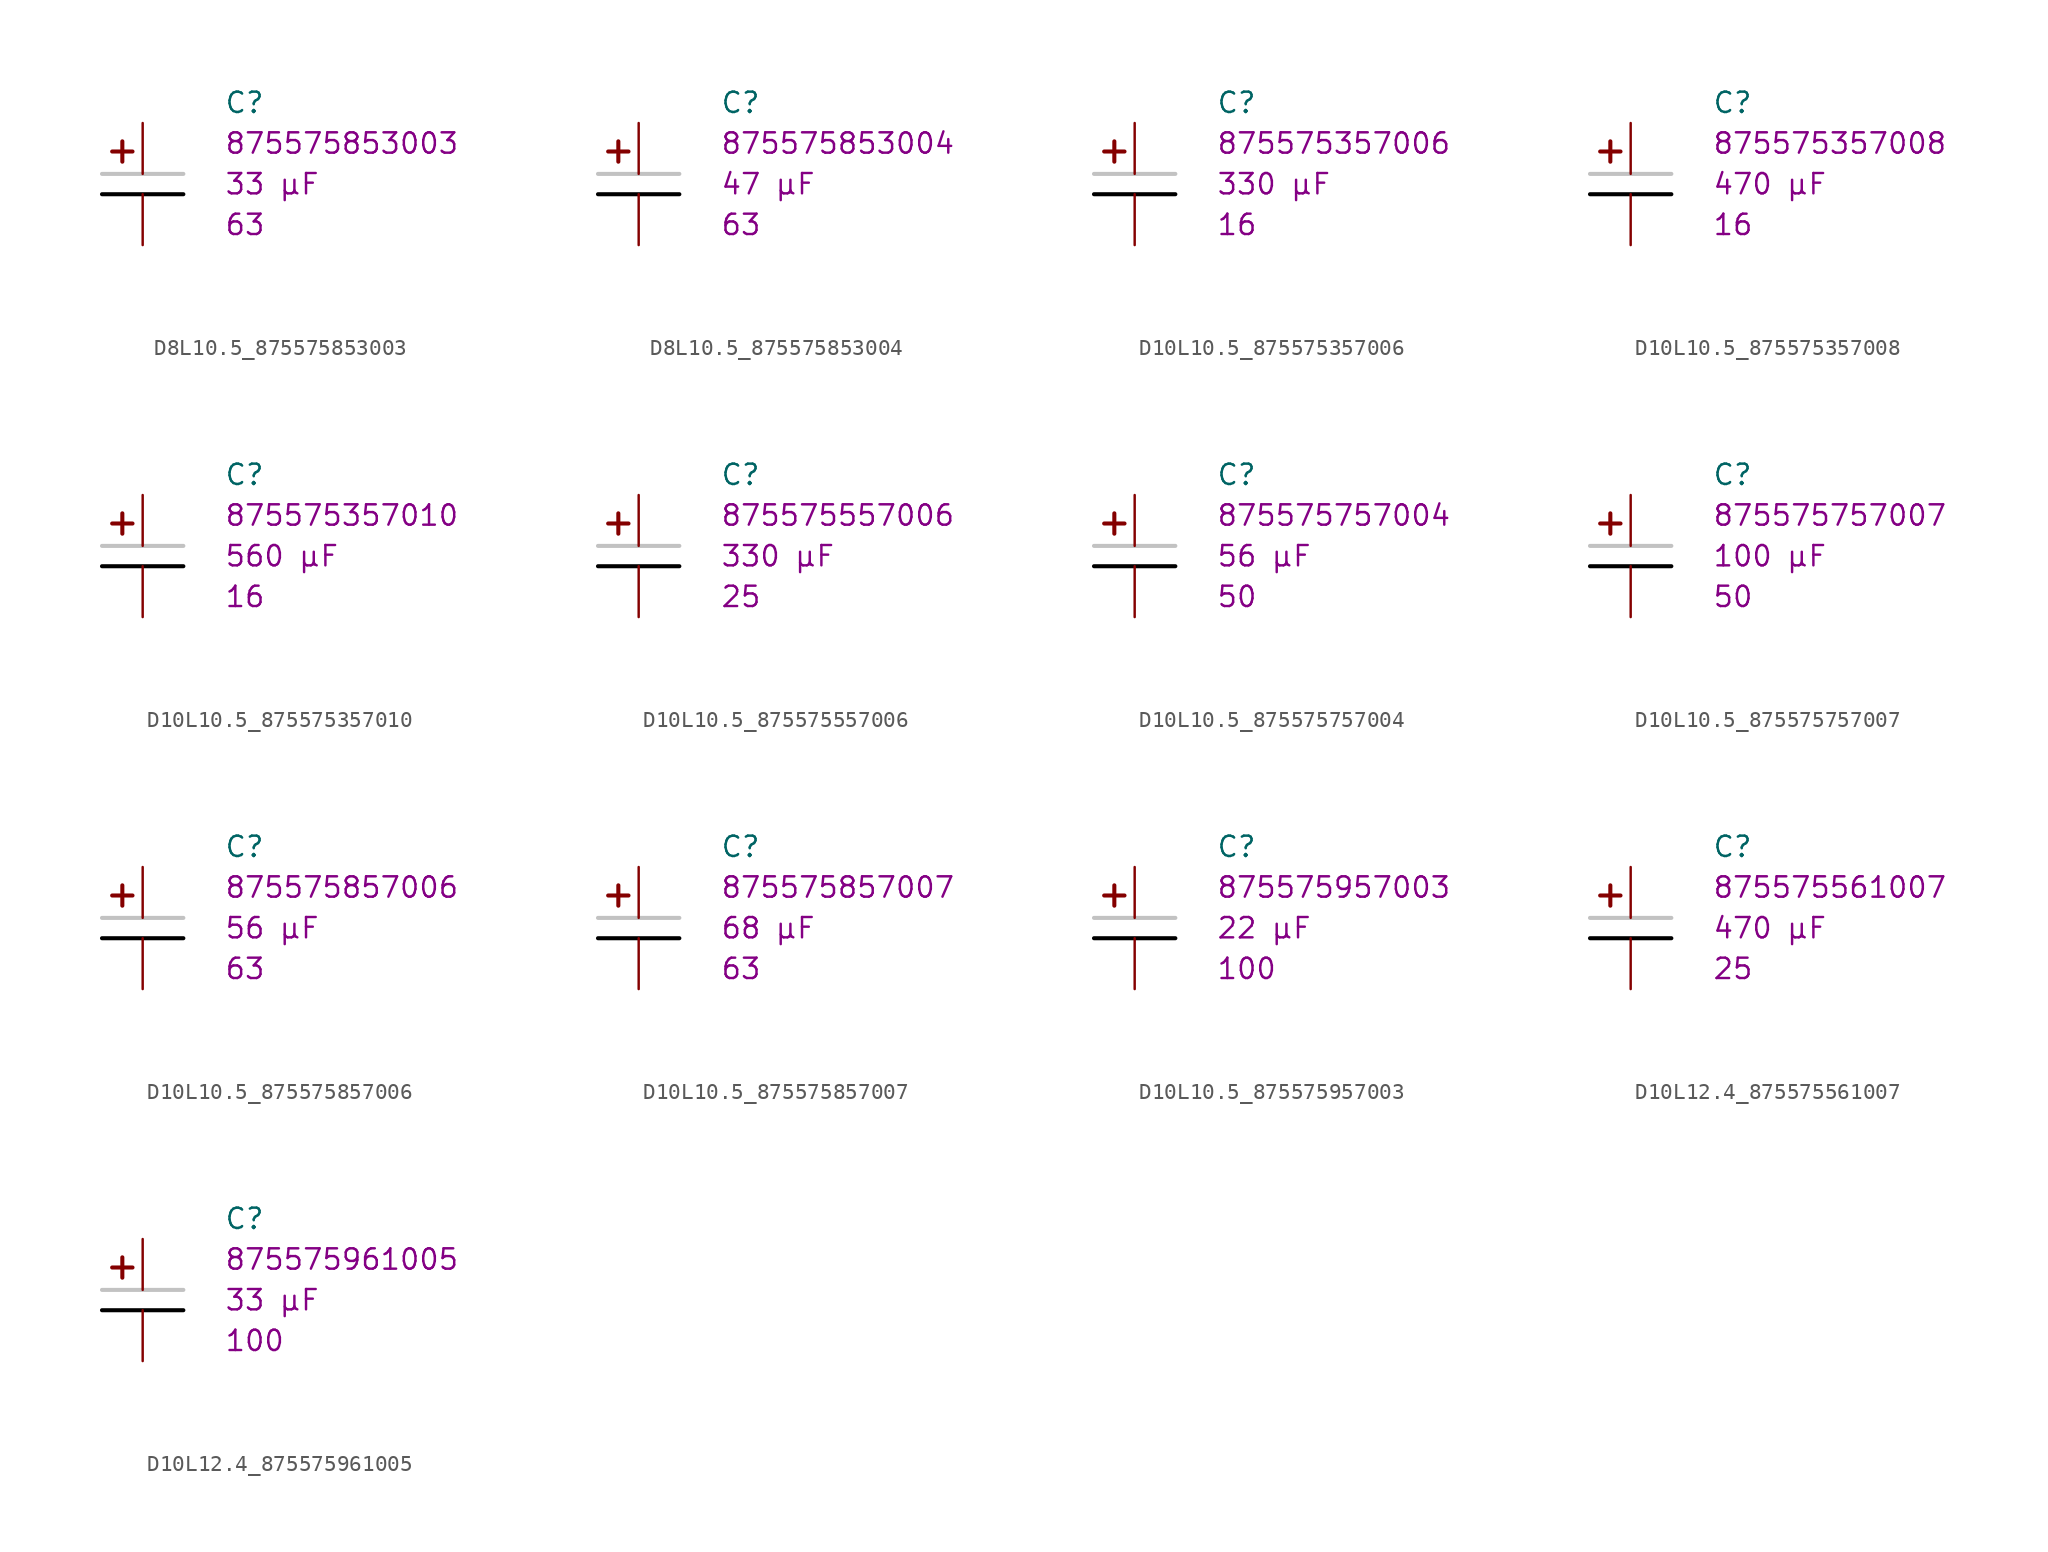
<source format=kicad_sym>
(kicad_symbol_lib
  (version 20220914)
  (generator kicad_symbol_editor)
  (symbol "D8L10.5_875575853003"
    (pin_numbers hide)
    (pin_names hide)
    (property "Reference" "C"
      (at 5.08 5.08 0)
      (effects (font (size 1.27 1.27)) (justify left)))
    (property "Part Number" "875575853003"
      (at 5.08 2.54 0)
      (effects (font (size 1.27 1.27)) (justify left)))
    (property "Capacitance" "33 µF"
      (at 5.08 0 0)
      (effects (font (size 1.27 1.27)) (justify left)))
    (property "Voltage" "63"
      (at 5.08 -2.54 0)
      (effects (font (size 1.27 1.27)) (justify left)))
    (property "Critical Parameter" ""
      (at 0 -7.62 0)
      (effects (font (size 1.27 1.27))))
    (symbol "D8L10.5_875575853003_1_1"
      (polyline (pts (xy -1.27 2.667) (xy -1.27 1.397)) (stroke (width 0.254) (type default)) (fill (type none)))
      (polyline (pts (xy -0.635 2.032) (xy -1.905 2.032)) (stroke (width 0.254) (type default)) (fill (type none)))
      (polyline (pts (xy 2.54 -0.635) (xy -2.54 -0.635)) (stroke (width 0.254) (type default) (color 0 0 0 1)) (fill (type none)))
      (polyline (pts (xy 2.54 0.635) (xy -2.54 0.635)) (stroke (width 0.254) (type default) (color 194 194 194 1)) (fill (type none)))
      (pin passive line (at 0 3.81 270) (length 3.175) (name "1" (effects (font (size 1.27 1.27)))) (number "1" (effects (font (size 1.27 1.27)))))
      (pin passive line (at 0 -3.81 90) (length 3.175) (name "2" (effects (font (size 1.27 1.27)))) (number "2" (effects (font (size 1.27 1.27)))))))
  (symbol "D8L10.5_875575853004"
    (pin_numbers hide)
    (pin_names hide)
    (property "Reference" "C"
      (at 5.08 5.08 0)
      (effects (font (size 1.27 1.27)) (justify left)))
    (property "Part Number" "875575853004"
      (at 5.08 2.54 0)
      (effects (font (size 1.27 1.27)) (justify left)))
    (property "Capacitance" "47 µF"
      (at 5.08 0 0)
      (effects (font (size 1.27 1.27)) (justify left)))
    (property "Voltage" "63"
      (at 5.08 -2.54 0)
      (effects (font (size 1.27 1.27)) (justify left)))
    (property "Critical Parameter" ""
      (at 0 -7.62 0)
      (effects (font (size 1.27 1.27))))
    (symbol "D8L10.5_875575853004_1_1"
      (polyline (pts (xy -1.27 2.667) (xy -1.27 1.397)) (stroke (width 0.254) (type default)) (fill (type none)))
      (polyline (pts (xy -0.635 2.032) (xy -1.905 2.032)) (stroke (width 0.254) (type default)) (fill (type none)))
      (polyline (pts (xy 2.54 -0.635) (xy -2.54 -0.635)) (stroke (width 0.254) (type default) (color 0 0 0 1)) (fill (type none)))
      (polyline (pts (xy 2.54 0.635) (xy -2.54 0.635)) (stroke (width 0.254) (type default) (color 194 194 194 1)) (fill (type none)))
      (pin passive line (at 0 3.81 270) (length 3.175) (name "1" (effects (font (size 1.27 1.27)))) (number "1" (effects (font (size 1.27 1.27)))))
      (pin passive line (at 0 -3.81 90) (length 3.175) (name "2" (effects (font (size 1.27 1.27)))) (number "2" (effects (font (size 1.27 1.27)))))))
  (symbol "D10L10.5_875575357006"
    (pin_numbers hide)
    (pin_names hide)
    (property "Reference" "C"
      (at 5.08 5.08 0)
      (effects (font (size 1.27 1.27)) (justify left)))
    (property "Part Number" "875575357006"
      (at 5.08 2.54 0)
      (effects (font (size 1.27 1.27)) (justify left)))
    (property "Capacitance" "330 µF"
      (at 5.08 0 0)
      (effects (font (size 1.27 1.27)) (justify left)))
    (property "Voltage" "16"
      (at 5.08 -2.54 0)
      (effects (font (size 1.27 1.27)) (justify left)))
    (property "Critical Parameter" ""
      (at 0 -7.62 0)
      (effects (font (size 1.27 1.27))))
    (symbol "D10L10.5_875575357006_1_1"
      (polyline (pts (xy -1.27 2.667) (xy -1.27 1.397)) (stroke (width 0.254) (type default)) (fill (type none)))
      (polyline (pts (xy -0.635 2.032) (xy -1.905 2.032)) (stroke (width 0.254) (type default)) (fill (type none)))
      (polyline (pts (xy 2.54 -0.635) (xy -2.54 -0.635)) (stroke (width 0.254) (type default) (color 0 0 0 1)) (fill (type none)))
      (polyline (pts (xy 2.54 0.635) (xy -2.54 0.635)) (stroke (width 0.254) (type default) (color 194 194 194 1)) (fill (type none)))
      (pin passive line (at 0 3.81 270) (length 3.175) (name "1" (effects (font (size 1.27 1.27)))) (number "1" (effects (font (size 1.27 1.27)))))
      (pin passive line (at 0 -3.81 90) (length 3.175) (name "2" (effects (font (size 1.27 1.27)))) (number "2" (effects (font (size 1.27 1.27)))))))
  (symbol "D10L10.5_875575357008"
    (pin_numbers hide)
    (pin_names hide)
    (property "Reference" "C"
      (at 5.08 5.08 0)
      (effects (font (size 1.27 1.27)) (justify left)))
    (property "Part Number" "875575357008"
      (at 5.08 2.54 0)
      (effects (font (size 1.27 1.27)) (justify left)))
    (property "Capacitance" "470 µF"
      (at 5.08 0 0)
      (effects (font (size 1.27 1.27)) (justify left)))
    (property "Voltage" "16"
      (at 5.08 -2.54 0)
      (effects (font (size 1.27 1.27)) (justify left)))
    (property "Critical Parameter" ""
      (at 0 -7.62 0)
      (effects (font (size 1.27 1.27))))
    (symbol "D10L10.5_875575357008_1_1"
      (polyline (pts (xy -1.27 2.667) (xy -1.27 1.397)) (stroke (width 0.254) (type default)) (fill (type none)))
      (polyline (pts (xy -0.635 2.032) (xy -1.905 2.032)) (stroke (width 0.254) (type default)) (fill (type none)))
      (polyline (pts (xy 2.54 -0.635) (xy -2.54 -0.635)) (stroke (width 0.254) (type default) (color 0 0 0 1)) (fill (type none)))
      (polyline (pts (xy 2.54 0.635) (xy -2.54 0.635)) (stroke (width 0.254) (type default) (color 194 194 194 1)) (fill (type none)))
      (pin passive line (at 0 3.81 270) (length 3.175) (name "1" (effects (font (size 1.27 1.27)))) (number "1" (effects (font (size 1.27 1.27)))))
      (pin passive line (at 0 -3.81 90) (length 3.175) (name "2" (effects (font (size 1.27 1.27)))) (number "2" (effects (font (size 1.27 1.27)))))))
  (symbol "D10L10.5_875575357010"
    (pin_numbers hide)
    (pin_names hide)
    (property "Reference" "C"
      (at 5.08 5.08 0)
      (effects (font (size 1.27 1.27)) (justify left)))
    (property "Part Number" "875575357010"
      (at 5.08 2.54 0)
      (effects (font (size 1.27 1.27)) (justify left)))
    (property "Capacitance" "560 µF"
      (at 5.08 0 0)
      (effects (font (size 1.27 1.27)) (justify left)))
    (property "Voltage" "16"
      (at 5.08 -2.54 0)
      (effects (font (size 1.27 1.27)) (justify left)))
    (property "Critical Parameter" ""
      (at 0 -7.62 0)
      (effects (font (size 1.27 1.27))))
    (symbol "D10L10.5_875575357010_1_1"
      (polyline (pts (xy -1.27 2.667) (xy -1.27 1.397)) (stroke (width 0.254) (type default)) (fill (type none)))
      (polyline (pts (xy -0.635 2.032) (xy -1.905 2.032)) (stroke (width 0.254) (type default)) (fill (type none)))
      (polyline (pts (xy 2.54 -0.635) (xy -2.54 -0.635)) (stroke (width 0.254) (type default) (color 0 0 0 1)) (fill (type none)))
      (polyline (pts (xy 2.54 0.635) (xy -2.54 0.635)) (stroke (width 0.254) (type default) (color 194 194 194 1)) (fill (type none)))
      (pin passive line (at 0 3.81 270) (length 3.175) (name "1" (effects (font (size 1.27 1.27)))) (number "1" (effects (font (size 1.27 1.27)))))
      (pin passive line (at 0 -3.81 90) (length 3.175) (name "2" (effects (font (size 1.27 1.27)))) (number "2" (effects (font (size 1.27 1.27)))))))
  (symbol "D10L10.5_875575557006"
    (pin_numbers hide)
    (pin_names hide)
    (property "Reference" "C"
      (at 5.08 5.08 0)
      (effects (font (size 1.27 1.27)) (justify left)))
    (property "Part Number" "875575557006"
      (at 5.08 2.54 0)
      (effects (font (size 1.27 1.27)) (justify left)))
    (property "Capacitance" "330 µF"
      (at 5.08 0 0)
      (effects (font (size 1.27 1.27)) (justify left)))
    (property "Voltage" "25"
      (at 5.08 -2.54 0)
      (effects (font (size 1.27 1.27)) (justify left)))
    (property "Critical Parameter" ""
      (at 0 -7.62 0)
      (effects (font (size 1.27 1.27))))
    (symbol "D10L10.5_875575557006_1_1"
      (polyline (pts (xy -1.27 2.667) (xy -1.27 1.397)) (stroke (width 0.254) (type default)) (fill (type none)))
      (polyline (pts (xy -0.635 2.032) (xy -1.905 2.032)) (stroke (width 0.254) (type default)) (fill (type none)))
      (polyline (pts (xy 2.54 -0.635) (xy -2.54 -0.635)) (stroke (width 0.254) (type default) (color 0 0 0 1)) (fill (type none)))
      (polyline (pts (xy 2.54 0.635) (xy -2.54 0.635)) (stroke (width 0.254) (type default) (color 194 194 194 1)) (fill (type none)))
      (pin passive line (at 0 3.81 270) (length 3.175) (name "1" (effects (font (size 1.27 1.27)))) (number "1" (effects (font (size 1.27 1.27)))))
      (pin passive line (at 0 -3.81 90) (length 3.175) (name "2" (effects (font (size 1.27 1.27)))) (number "2" (effects (font (size 1.27 1.27)))))))
  (symbol "D10L10.5_875575757004"
    (pin_numbers hide)
    (pin_names hide)
    (property "Reference" "C"
      (at 5.08 5.08 0)
      (effects (font (size 1.27 1.27)) (justify left)))
    (property "Part Number" "875575757004"
      (at 5.08 2.54 0)
      (effects (font (size 1.27 1.27)) (justify left)))
    (property "Capacitance" "56 µF"
      (at 5.08 0 0)
      (effects (font (size 1.27 1.27)) (justify left)))
    (property "Voltage" "50"
      (at 5.08 -2.54 0)
      (effects (font (size 1.27 1.27)) (justify left)))
    (property "Critical Parameter" ""
      (at 0 -7.62 0)
      (effects (font (size 1.27 1.27))))
    (symbol "D10L10.5_875575757004_1_1"
      (polyline (pts (xy -1.27 2.667) (xy -1.27 1.397)) (stroke (width 0.254) (type default)) (fill (type none)))
      (polyline (pts (xy -0.635 2.032) (xy -1.905 2.032)) (stroke (width 0.254) (type default)) (fill (type none)))
      (polyline (pts (xy 2.54 -0.635) (xy -2.54 -0.635)) (stroke (width 0.254) (type default) (color 0 0 0 1)) (fill (type none)))
      (polyline (pts (xy 2.54 0.635) (xy -2.54 0.635)) (stroke (width 0.254) (type default) (color 194 194 194 1)) (fill (type none)))
      (pin passive line (at 0 3.81 270) (length 3.175) (name "1" (effects (font (size 1.27 1.27)))) (number "1" (effects (font (size 1.27 1.27)))))
      (pin passive line (at 0 -3.81 90) (length 3.175) (name "2" (effects (font (size 1.27 1.27)))) (number "2" (effects (font (size 1.27 1.27)))))))
  (symbol "D10L10.5_875575757007"
    (pin_numbers hide)
    (pin_names hide)
    (property "Reference" "C"
      (at 5.08 5.08 0)
      (effects (font (size 1.27 1.27)) (justify left)))
    (property "Part Number" "875575757007"
      (at 5.08 2.54 0)
      (effects (font (size 1.27 1.27)) (justify left)))
    (property "Capacitance" "100 µF"
      (at 5.08 0 0)
      (effects (font (size 1.27 1.27)) (justify left)))
    (property "Voltage" "50"
      (at 5.08 -2.54 0)
      (effects (font (size 1.27 1.27)) (justify left)))
    (property "Critical Parameter" ""
      (at 0 -7.62 0)
      (effects (font (size 1.27 1.27))))
    (symbol "D10L10.5_875575757007_1_1"
      (polyline (pts (xy -1.27 2.667) (xy -1.27 1.397)) (stroke (width 0.254) (type default)) (fill (type none)))
      (polyline (pts (xy -0.635 2.032) (xy -1.905 2.032)) (stroke (width 0.254) (type default)) (fill (type none)))
      (polyline (pts (xy 2.54 -0.635) (xy -2.54 -0.635)) (stroke (width 0.254) (type default) (color 0 0 0 1)) (fill (type none)))
      (polyline (pts (xy 2.54 0.635) (xy -2.54 0.635)) (stroke (width 0.254) (type default) (color 194 194 194 1)) (fill (type none)))
      (pin passive line (at 0 3.81 270) (length 3.175) (name "1" (effects (font (size 1.27 1.27)))) (number "1" (effects (font (size 1.27 1.27)))))
      (pin passive line (at 0 -3.81 90) (length 3.175) (name "2" (effects (font (size 1.27 1.27)))) (number "2" (effects (font (size 1.27 1.27)))))))
  (symbol "D10L10.5_875575857006"
    (pin_numbers hide)
    (pin_names hide)
    (property "Reference" "C"
      (at 5.08 5.08 0)
      (effects (font (size 1.27 1.27)) (justify left)))
    (property "Part Number" "875575857006"
      (at 5.08 2.54 0)
      (effects (font (size 1.27 1.27)) (justify left)))
    (property "Capacitance" "56 µF"
      (at 5.08 0 0)
      (effects (font (size 1.27 1.27)) (justify left)))
    (property "Voltage" "63"
      (at 5.08 -2.54 0)
      (effects (font (size 1.27 1.27)) (justify left)))
    (property "Critical Parameter" ""
      (at 0 -7.62 0)
      (effects (font (size 1.27 1.27))))
    (symbol "D10L10.5_875575857006_1_1"
      (polyline (pts (xy -1.27 2.667) (xy -1.27 1.397)) (stroke (width 0.254) (type default)) (fill (type none)))
      (polyline (pts (xy -0.635 2.032) (xy -1.905 2.032)) (stroke (width 0.254) (type default)) (fill (type none)))
      (polyline (pts (xy 2.54 -0.635) (xy -2.54 -0.635)) (stroke (width 0.254) (type default) (color 0 0 0 1)) (fill (type none)))
      (polyline (pts (xy 2.54 0.635) (xy -2.54 0.635)) (stroke (width 0.254) (type default) (color 194 194 194 1)) (fill (type none)))
      (pin passive line (at 0 3.81 270) (length 3.175) (name "1" (effects (font (size 1.27 1.27)))) (number "1" (effects (font (size 1.27 1.27)))))
      (pin passive line (at 0 -3.81 90) (length 3.175) (name "2" (effects (font (size 1.27 1.27)))) (number "2" (effects (font (size 1.27 1.27)))))))
  (symbol "D10L10.5_875575857007"
    (pin_numbers hide)
    (pin_names hide)
    (property "Reference" "C"
      (at 5.08 5.08 0)
      (effects (font (size 1.27 1.27)) (justify left)))
    (property "Part Number" "875575857007"
      (at 5.08 2.54 0)
      (effects (font (size 1.27 1.27)) (justify left)))
    (property "Capacitance" "68 µF"
      (at 5.08 0 0)
      (effects (font (size 1.27 1.27)) (justify left)))
    (property "Voltage" "63"
      (at 5.08 -2.54 0)
      (effects (font (size 1.27 1.27)) (justify left)))
    (property "Critical Parameter" ""
      (at 0 -7.62 0)
      (effects (font (size 1.27 1.27))))
    (symbol "D10L10.5_875575857007_1_1"
      (polyline (pts (xy -1.27 2.667) (xy -1.27 1.397)) (stroke (width 0.254) (type default)) (fill (type none)))
      (polyline (pts (xy -0.635 2.032) (xy -1.905 2.032)) (stroke (width 0.254) (type default)) (fill (type none)))
      (polyline (pts (xy 2.54 -0.635) (xy -2.54 -0.635)) (stroke (width 0.254) (type default) (color 0 0 0 1)) (fill (type none)))
      (polyline (pts (xy 2.54 0.635) (xy -2.54 0.635)) (stroke (width 0.254) (type default) (color 194 194 194 1)) (fill (type none)))
      (pin passive line (at 0 3.81 270) (length 3.175) (name "1" (effects (font (size 1.27 1.27)))) (number "1" (effects (font (size 1.27 1.27)))))
      (pin passive line (at 0 -3.81 90) (length 3.175) (name "2" (effects (font (size 1.27 1.27)))) (number "2" (effects (font (size 1.27 1.27)))))))
  (symbol "D10L10.5_875575957003"
    (pin_numbers hide)
    (pin_names hide)
    (property "Reference" "C"
      (at 5.08 5.08 0)
      (effects (font (size 1.27 1.27)) (justify left)))
    (property "Part Number" "875575957003"
      (at 5.08 2.54 0)
      (effects (font (size 1.27 1.27)) (justify left)))
    (property "Capacitance" "22 µF"
      (at 5.08 0 0)
      (effects (font (size 1.27 1.27)) (justify left)))
    (property "Voltage" "100"
      (at 5.08 -2.54 0)
      (effects (font (size 1.27 1.27)) (justify left)))
    (property "Critical Parameter" ""
      (at 0 -7.62 0)
      (effects (font (size 1.27 1.27))))
    (symbol "D10L10.5_875575957003_1_1"
      (polyline (pts (xy -1.27 2.667) (xy -1.27 1.397)) (stroke (width 0.254) (type default)) (fill (type none)))
      (polyline (pts (xy -0.635 2.032) (xy -1.905 2.032)) (stroke (width 0.254) (type default)) (fill (type none)))
      (polyline (pts (xy 2.54 -0.635) (xy -2.54 -0.635)) (stroke (width 0.254) (type default) (color 0 0 0 1)) (fill (type none)))
      (polyline (pts (xy 2.54 0.635) (xy -2.54 0.635)) (stroke (width 0.254) (type default) (color 194 194 194 1)) (fill (type none)))
      (pin passive line (at 0 3.81 270) (length 3.175) (name "1" (effects (font (size 1.27 1.27)))) (number "1" (effects (font (size 1.27 1.27)))))
      (pin passive line (at 0 -3.81 90) (length 3.175) (name "2" (effects (font (size 1.27 1.27)))) (number "2" (effects (font (size 1.27 1.27)))))))
  (symbol "D10L12.4_875575561007"
    (pin_numbers hide)
    (pin_names hide)
    (property "Reference" "C"
      (at 5.08 5.08 0)
      (effects (font (size 1.27 1.27)) (justify left)))
    (property "Part Number" "875575561007"
      (at 5.08 2.54 0)
      (effects (font (size 1.27 1.27)) (justify left)))
    (property "Capacitance" "470 µF"
      (at 5.08 0 0)
      (effects (font (size 1.27 1.27)) (justify left)))
    (property "Voltage" "25"
      (at 5.08 -2.54 0)
      (effects (font (size 1.27 1.27)) (justify left)))
    (property "Critical Parameter" ""
      (at 0 -7.62 0)
      (effects (font (size 1.27 1.27))))
    (symbol "D10L12.4_875575561007_1_1"
      (polyline (pts (xy -1.27 2.667) (xy -1.27 1.397)) (stroke (width 0.254) (type default)) (fill (type none)))
      (polyline (pts (xy -0.635 2.032) (xy -1.905 2.032)) (stroke (width 0.254) (type default)) (fill (type none)))
      (polyline (pts (xy 2.54 -0.635) (xy -2.54 -0.635)) (stroke (width 0.254) (type default) (color 0 0 0 1)) (fill (type none)))
      (polyline (pts (xy 2.54 0.635) (xy -2.54 0.635)) (stroke (width 0.254) (type default) (color 194 194 194 1)) (fill (type none)))
      (pin passive line (at 0 3.81 270) (length 3.175) (name "1" (effects (font (size 1.27 1.27)))) (number "1" (effects (font (size 1.27 1.27)))))
      (pin passive line (at 0 -3.81 90) (length 3.175) (name "2" (effects (font (size 1.27 1.27)))) (number "2" (effects (font (size 1.27 1.27)))))))
  (symbol "D10L12.4_875575961005"
    (pin_numbers hide)
    (pin_names hide)
    (property "Reference" "C"
      (at 5.08 5.08 0)
      (effects (font (size 1.27 1.27)) (justify left)))
    (property "Part Number" "875575961005"
      (at 5.08 2.54 0)
      (effects (font (size 1.27 1.27)) (justify left)))
    (property "Capacitance" "33 µF"
      (at 5.08 0 0)
      (effects (font (size 1.27 1.27)) (justify left)))
    (property "Voltage" "100"
      (at 5.08 -2.54 0)
      (effects (font (size 1.27 1.27)) (justify left)))
    (property "Critical Parameter" ""
      (at 0 -7.62 0)
      (effects (font (size 1.27 1.27))))
    (symbol "D10L12.4_875575961005_1_1"
      (polyline (pts (xy -1.27 2.667) (xy -1.27 1.397)) (stroke (width 0.254) (type default)) (fill (type none)))
      (polyline (pts (xy -0.635 2.032) (xy -1.905 2.032)) (stroke (width 0.254) (type default)) (fill (type none)))
      (polyline (pts (xy 2.54 -0.635) (xy -2.54 -0.635)) (stroke (width 0.254) (type default) (color 0 0 0 1)) (fill (type none)))
      (polyline (pts (xy 2.54 0.635) (xy -2.54 0.635)) (stroke (width 0.254) (type default) (color 194 194 194 1)) (fill (type none)))
      (pin passive line (at 0 3.81 270) (length 3.175) (name "1" (effects (font (size 1.27 1.27)))) (number "1" (effects (font (size 1.27 1.27)))))
      (pin passive line (at 0 -3.81 90) (length 3.175) (name "2" (effects (font (size 1.27 1.27)))) (number "2" (effects (font (size 1.27 1.27))))))))
</source>
